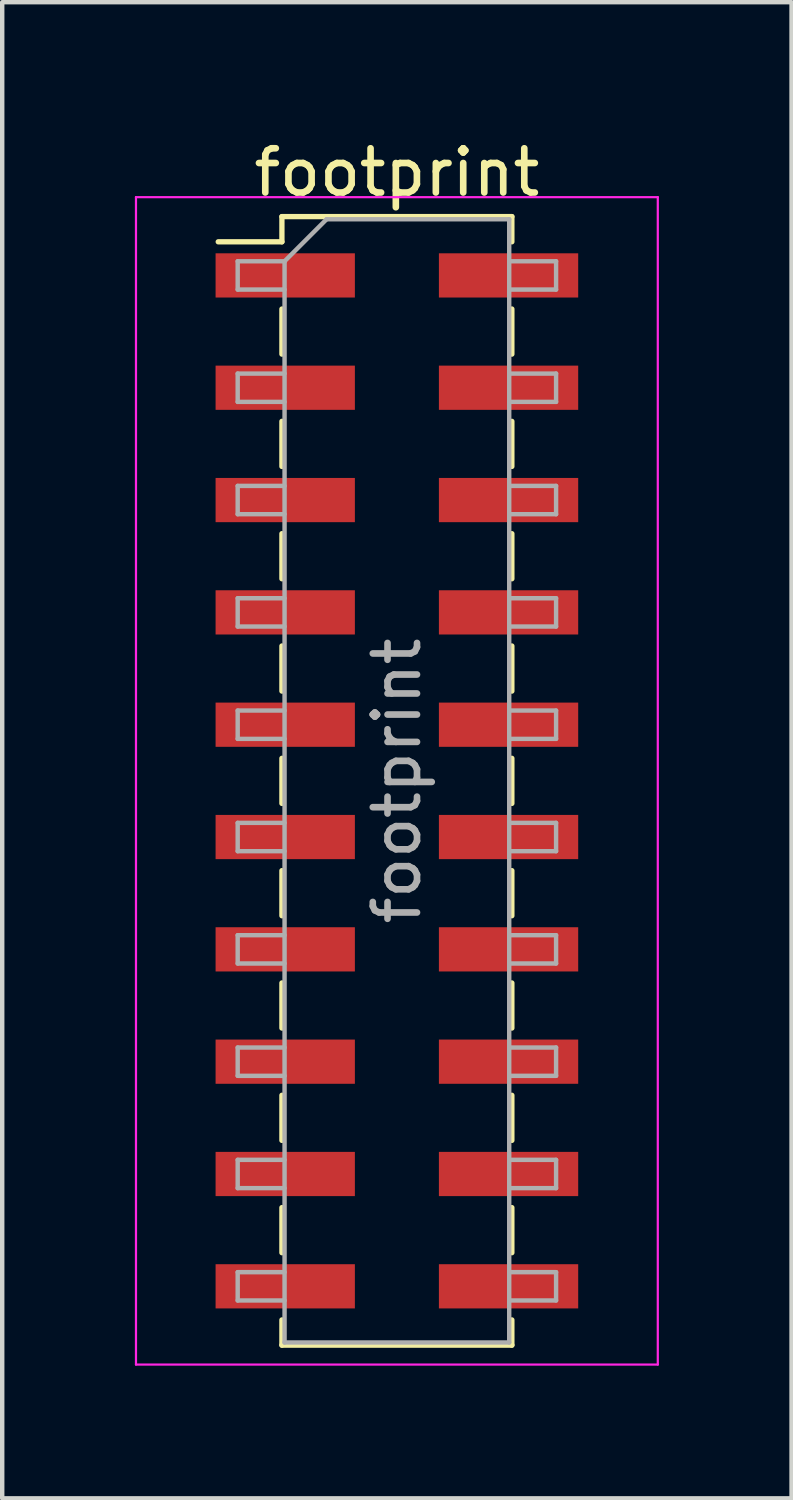
<source format=kicad_pcb>
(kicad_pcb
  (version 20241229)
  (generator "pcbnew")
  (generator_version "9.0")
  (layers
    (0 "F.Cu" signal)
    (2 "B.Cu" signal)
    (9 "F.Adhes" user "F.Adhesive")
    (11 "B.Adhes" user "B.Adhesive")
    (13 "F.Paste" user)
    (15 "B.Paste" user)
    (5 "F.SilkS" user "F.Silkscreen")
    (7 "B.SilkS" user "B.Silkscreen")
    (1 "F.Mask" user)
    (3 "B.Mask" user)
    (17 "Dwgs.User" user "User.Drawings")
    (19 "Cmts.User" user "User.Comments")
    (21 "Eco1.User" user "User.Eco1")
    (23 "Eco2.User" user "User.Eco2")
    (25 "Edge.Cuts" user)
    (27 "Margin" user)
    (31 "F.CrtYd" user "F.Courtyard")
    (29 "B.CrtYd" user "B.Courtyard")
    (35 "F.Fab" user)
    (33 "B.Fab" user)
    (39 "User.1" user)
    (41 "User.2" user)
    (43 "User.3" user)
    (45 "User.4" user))
  (footprint "footprint"
    (layer "F.Cu")
    (at 5.925 14.608)
    (property "Reference" "footprint" (at 0 -13.76 0) (layer "F.SilkS") (effects (font (size 1 1) (thickness 0.15))))
    (attr smd)
    (fp_line (start -4.04 -12.19) (end -2.6 -12.19) (stroke (width 0.12) (type solid)) (layer "F.SilkS"))
    (fp_line (start -2.6 -12.76) (end -2.6 -12.19) (stroke (width 0.12) (type solid)) (layer "F.SilkS"))
    (fp_line (start -2.6 -12.76) (end 2.6 -12.76) (stroke (width 0.12) (type solid)) (layer "F.SilkS"))
    (fp_line (start -2.6 -10.67) (end -2.6 -9.65) (stroke (width 0.12) (type solid)) (layer "F.SilkS"))
    (fp_line (start -2.6 -8.13) (end -2.6 -7.11) (stroke (width 0.12) (type solid)) (layer "F.SilkS"))
    (fp_line (start -2.6 -5.59) (end -2.6 -4.57) (stroke (width 0.12) (type solid)) (layer "F.SilkS"))
    (fp_line (start -2.6 -3.05) (end -2.6 -2.03) (stroke (width 0.12) (type solid)) (layer "F.SilkS"))
    (fp_line (start -2.6 -0.51) (end -2.6 0.51) (stroke (width 0.12) (type solid)) (layer "F.SilkS"))
    (fp_line (start -2.6 2.03) (end -2.6 3.05) (stroke (width 0.12) (type solid)) (layer "F.SilkS"))
    (fp_line (start -2.6 4.57) (end -2.6 5.59) (stroke (width 0.12) (type solid)) (layer "F.SilkS"))
    (fp_line (start -2.6 7.11) (end -2.6 8.13) (stroke (width 0.12) (type solid)) (layer "F.SilkS"))
    (fp_line (start -2.6 9.65) (end -2.6 10.67) (stroke (width 0.12) (type solid)) (layer "F.SilkS"))
    (fp_line (start -2.6 12.19) (end -2.6 12.76) (stroke (width 0.12) (type solid)) (layer "F.SilkS"))
    (fp_line (start -2.6 12.76) (end 2.6 12.76) (stroke (width 0.12) (type solid)) (layer "F.SilkS"))
    (fp_line (start 2.6 -12.76) (end 2.6 -12.19) (stroke (width 0.12) (type solid)) (layer "F.SilkS"))
    (fp_line (start 2.6 -10.67) (end 2.6 -9.65) (stroke (width 0.12) (type solid)) (layer "F.SilkS"))
    (fp_line (start 2.6 -8.13) (end 2.6 -7.11) (stroke (width 0.12) (type solid)) (layer "F.SilkS"))
    (fp_line (start 2.6 -5.59) (end 2.6 -4.57) (stroke (width 0.12) (type solid)) (layer "F.SilkS"))
    (fp_line (start 2.6 -3.05) (end 2.6 -2.03) (stroke (width 0.12) (type solid)) (layer "F.SilkS"))
    (fp_line (start 2.6 -0.51) (end 2.6 0.51) (stroke (width 0.12) (type solid)) (layer "F.SilkS"))
    (fp_line (start 2.6 2.03) (end 2.6 3.05) (stroke (width 0.12) (type solid)) (layer "F.SilkS"))
    (fp_line (start 2.6 4.57) (end 2.6 5.59) (stroke (width 0.12) (type solid)) (layer "F.SilkS"))
    (fp_line (start 2.6 7.11) (end 2.6 8.13) (stroke (width 0.12) (type solid)) (layer "F.SilkS"))
    (fp_line (start 2.6 9.65) (end 2.6 10.67) (stroke (width 0.12) (type solid)) (layer "F.SilkS"))
    (fp_line (start 2.6 12.19) (end 2.6 12.76) (stroke (width 0.12) (type solid)) (layer "F.SilkS"))
    (fp_line (start -5.9 -13.2) (end -5.9 13.2) (stroke (width 0.05) (type solid)) (layer "F.CrtYd"))
    (fp_line (start -5.9 13.2) (end 5.9 13.2) (stroke (width 0.05) (type solid)) (layer "F.CrtYd"))
    (fp_line (start 5.9 -13.2) (end -5.9 -13.2) (stroke (width 0.05) (type solid)) (layer "F.CrtYd"))
    (fp_line (start 5.9 13.2) (end 5.9 -13.2) (stroke (width 0.05) (type solid)) (layer "F.CrtYd"))
    (fp_line (start -3.6 -11.75) (end -3.6 -11.11) (stroke (width 0.1) (type solid)) (layer "F.Fab"))
    (fp_line (start -3.6 -11.11) (end -2.54 -11.11) (stroke (width 0.1) (type solid)) (layer "F.Fab"))
    (fp_line (start -3.6 -9.21) (end -3.6 -8.57) (stroke (width 0.1) (type solid)) (layer "F.Fab"))
    (fp_line (start -3.6 -8.57) (end -2.54 -8.57) (stroke (width 0.1) (type solid)) (layer "F.Fab"))
    (fp_line (start -3.6 -6.67) (end -3.6 -6.03) (stroke (width 0.1) (type solid)) (layer "F.Fab"))
    (fp_line (start -3.6 -6.03) (end -2.54 -6.03) (stroke (width 0.1) (type solid)) (layer "F.Fab"))
    (fp_line (start -3.6 -4.13) (end -3.6 -3.49) (stroke (width 0.1) (type solid)) (layer "F.Fab"))
    (fp_line (start -3.6 -3.49) (end -2.54 -3.49) (stroke (width 0.1) (type solid)) (layer "F.Fab"))
    (fp_line (start -3.6 -1.59) (end -3.6 -0.95) (stroke (width 0.1) (type solid)) (layer "F.Fab"))
    (fp_line (start -3.6 -0.95) (end -2.54 -0.95) (stroke (width 0.1) (type solid)) (layer "F.Fab"))
    (fp_line (start -3.6 0.95) (end -3.6 1.59) (stroke (width 0.1) (type solid)) (layer "F.Fab"))
    (fp_line (start -3.6 1.59) (end -2.54 1.59) (stroke (width 0.1) (type solid)) (layer "F.Fab"))
    (fp_line (start -3.6 3.49) (end -3.6 4.13) (stroke (width 0.1) (type solid)) (layer "F.Fab"))
    (fp_line (start -3.6 4.13) (end -2.54 4.13) (stroke (width 0.1) (type solid)) (layer "F.Fab"))
    (fp_line (start -3.6 6.03) (end -3.6 6.67) (stroke (width 0.1) (type solid)) (layer "F.Fab"))
    (fp_line (start -3.6 6.67) (end -2.54 6.67) (stroke (width 0.1) (type solid)) (layer "F.Fab"))
    (fp_line (start -3.6 8.57) (end -3.6 9.21) (stroke (width 0.1) (type solid)) (layer "F.Fab"))
    (fp_line (start -3.6 9.21) (end -2.54 9.21) (stroke (width 0.1) (type solid)) (layer "F.Fab"))
    (fp_line (start -3.6 11.11) (end -3.6 11.75) (stroke (width 0.1) (type solid)) (layer "F.Fab"))
    (fp_line (start -3.6 11.75) (end -2.54 11.75) (stroke (width 0.1) (type solid)) (layer "F.Fab"))
    (fp_line (start -2.54 -11.75) (end -3.6 -11.75) (stroke (width 0.1) (type solid)) (layer "F.Fab"))
    (fp_line (start -2.54 -11.75) (end -1.59 -12.7) (stroke (width 0.1) (type solid)) (layer "F.Fab"))
    (fp_line (start -2.54 -9.21) (end -3.6 -9.21) (stroke (width 0.1) (type solid)) (layer "F.Fab"))
    (fp_line (start -2.54 -6.67) (end -3.6 -6.67) (stroke (width 0.1) (type solid)) (layer "F.Fab"))
    (fp_line (start -2.54 -4.13) (end -3.6 -4.13) (stroke (width 0.1) (type solid)) (layer "F.Fab"))
    (fp_line (start -2.54 -1.59) (end -3.6 -1.59) (stroke (width 0.1) (type solid)) (layer "F.Fab"))
    (fp_line (start -2.54 0.95) (end -3.6 0.95) (stroke (width 0.1) (type solid)) (layer "F.Fab"))
    (fp_line (start -2.54 3.49) (end -3.6 3.49) (stroke (width 0.1) (type solid)) (layer "F.Fab"))
    (fp_line (start -2.54 6.03) (end -3.6 6.03) (stroke (width 0.1) (type solid)) (layer "F.Fab"))
    (fp_line (start -2.54 8.57) (end -3.6 8.57) (stroke (width 0.1) (type solid)) (layer "F.Fab"))
    (fp_line (start -2.54 11.11) (end -3.6 11.11) (stroke (width 0.1) (type solid)) (layer "F.Fab"))
    (fp_line (start -2.54 12.7) (end -2.54 -11.75) (stroke (width 0.1) (type solid)) (layer "F.Fab"))
    (fp_line (start -1.59 -12.7) (end 2.54 -12.7) (stroke (width 0.1) (type solid)) (layer "F.Fab"))
    (fp_line (start 2.54 -12.7) (end 2.54 12.7) (stroke (width 0.1) (type solid)) (layer "F.Fab"))
    (fp_line (start 2.54 -11.75) (end 3.6 -11.75) (stroke (width 0.1) (type solid)) (layer "F.Fab"))
    (fp_line (start 2.54 -9.21) (end 3.6 -9.21) (stroke (width 0.1) (type solid)) (layer "F.Fab"))
    (fp_line (start 2.54 -6.67) (end 3.6 -6.67) (stroke (width 0.1) (type solid)) (layer "F.Fab"))
    (fp_line (start 2.54 -4.13) (end 3.6 -4.13) (stroke (width 0.1) (type solid)) (layer "F.Fab"))
    (fp_line (start 2.54 -1.59) (end 3.6 -1.59) (stroke (width 0.1) (type solid)) (layer "F.Fab"))
    (fp_line (start 2.54 0.95) (end 3.6 0.95) (stroke (width 0.1) (type solid)) (layer "F.Fab"))
    (fp_line (start 2.54 3.49) (end 3.6 3.49) (stroke (width 0.1) (type solid)) (layer "F.Fab"))
    (fp_line (start 2.54 6.03) (end 3.6 6.03) (stroke (width 0.1) (type solid)) (layer "F.Fab"))
    (fp_line (start 2.54 8.57) (end 3.6 8.57) (stroke (width 0.1) (type solid)) (layer "F.Fab"))
    (fp_line (start 2.54 11.11) (end 3.6 11.11) (stroke (width 0.1) (type solid)) (layer "F.Fab"))
    (fp_line (start 2.54 12.7) (end -2.54 12.7) (stroke (width 0.1) (type solid)) (layer "F.Fab"))
    (fp_line (start 3.6 -11.75) (end 3.6 -11.11) (stroke (width 0.1) (type solid)) (layer "F.Fab"))
    (fp_line (start 3.6 -11.11) (end 2.54 -11.11) (stroke (width 0.1) (type solid)) (layer "F.Fab"))
    (fp_line (start 3.6 -9.21) (end 3.6 -8.57) (stroke (width 0.1) (type solid)) (layer "F.Fab"))
    (fp_line (start 3.6 -8.57) (end 2.54 -8.57) (stroke (width 0.1) (type solid)) (layer "F.Fab"))
    (fp_line (start 3.6 -6.67) (end 3.6 -6.03) (stroke (width 0.1) (type solid)) (layer "F.Fab"))
    (fp_line (start 3.6 -6.03) (end 2.54 -6.03) (stroke (width 0.1) (type solid)) (layer "F.Fab"))
    (fp_line (start 3.6 -4.13) (end 3.6 -3.49) (stroke (width 0.1) (type solid)) (layer "F.Fab"))
    (fp_line (start 3.6 -3.49) (end 2.54 -3.49) (stroke (width 0.1) (type solid)) (layer "F.Fab"))
    (fp_line (start 3.6 -1.59) (end 3.6 -0.95) (stroke (width 0.1) (type solid)) (layer "F.Fab"))
    (fp_line (start 3.6 -0.95) (end 2.54 -0.95) (stroke (width 0.1) (type solid)) (layer "F.Fab"))
    (fp_line (start 3.6 0.95) (end 3.6 1.59) (stroke (width 0.1) (type solid)) (layer "F.Fab"))
    (fp_line (start 3.6 1.59) (end 2.54 1.59) (stroke (width 0.1) (type solid)) (layer "F.Fab"))
    (fp_line (start 3.6 3.49) (end 3.6 4.13) (stroke (width 0.1) (type solid)) (layer "F.Fab"))
    (fp_line (start 3.6 4.13) (end 2.54 4.13) (stroke (width 0.1) (type solid)) (layer "F.Fab"))
    (fp_line (start 3.6 6.03) (end 3.6 6.67) (stroke (width 0.1) (type solid)) (layer "F.Fab"))
    (fp_line (start 3.6 6.67) (end 2.54 6.67) (stroke (width 0.1) (type solid)) (layer "F.Fab"))
    (fp_line (start 3.6 8.57) (end 3.6 9.21) (stroke (width 0.1) (type solid)) (layer "F.Fab"))
    (fp_line (start 3.6 9.21) (end 2.54 9.21) (stroke (width 0.1) (type solid)) (layer "F.Fab"))
    (fp_line (start 3.6 11.11) (end 3.6 11.75) (stroke (width 0.1) (type solid)) (layer "F.Fab"))
    (fp_line (start 3.6 11.75) (end 2.54 11.75) (stroke (width 0.1) (type solid)) (layer "F.Fab"))
    (fp_text user "${REFERENCE}" (at 0 0 90) (layer "F.Fab") (effects (font (size 1 1) (thickness 0.15))))
    (pad "1" smd rect (at -2.525 -11.43) (size 3.15 1) (layers "F.Cu" "F.Mask" "F.Paste"))
    (pad "2" smd rect (at 2.525 -11.43) (size 3.15 1) (layers "F.Cu" "F.Mask" "F.Paste"))
    (pad "3" smd rect (at -2.525 -8.89) (size 3.15 1) (layers "F.Cu" "F.Mask" "F.Paste"))
    (pad "4" smd rect (at 2.525 -8.89) (size 3.15 1) (layers "F.Cu" "F.Mask" "F.Paste"))
    (pad "5" smd rect (at -2.525 -6.35) (size 3.15 1) (layers "F.Cu" "F.Mask" "F.Paste"))
    (pad "6" smd rect (at 2.525 -6.35) (size 3.15 1) (layers "F.Cu" "F.Mask" "F.Paste"))
    (pad "7" smd rect (at -2.525 -3.81) (size 3.15 1) (layers "F.Cu" "F.Mask" "F.Paste"))
    (pad "8" smd rect (at 2.525 -3.81) (size 3.15 1) (layers "F.Cu" "F.Mask" "F.Paste"))
    (pad "9" smd rect (at -2.525 -1.27) (size 3.15 1) (layers "F.Cu" "F.Mask" "F.Paste"))
    (pad "10" smd rect (at 2.525 -1.27) (size 3.15 1) (layers "F.Cu" "F.Mask" "F.Paste"))
    (pad "11" smd rect (at -2.525 1.27) (size 3.15 1) (layers "F.Cu" "F.Mask" "F.Paste"))
    (pad "12" smd rect (at 2.525 1.27) (size 3.15 1) (layers "F.Cu" "F.Mask" "F.Paste"))
    (pad "13" smd rect (at -2.525 3.81) (size 3.15 1) (layers "F.Cu" "F.Mask" "F.Paste"))
    (pad "14" smd rect (at 2.525 3.81) (size 3.15 1) (layers "F.Cu" "F.Mask" "F.Paste"))
    (pad "15" smd rect (at -2.525 6.35) (size 3.15 1) (layers "F.Cu" "F.Mask" "F.Paste"))
    (pad "16" smd rect (at 2.525 6.35) (size 3.15 1) (layers "F.Cu" "F.Mask" "F.Paste"))
    (pad "17" smd rect (at -2.525 8.89) (size 3.15 1) (layers "F.Cu" "F.Mask" "F.Paste"))
    (pad "18" smd rect (at 2.525 8.89) (size 3.15 1) (layers "F.Cu" "F.Mask" "F.Paste"))
    (pad "19" smd rect (at -2.525 11.43) (size 3.15 1) (layers "F.Cu" "F.Mask" "F.Paste"))
    (pad "20" smd rect (at 2.525 11.43) (size 3.15 1) (layers "F.Cu" "F.Mask" "F.Paste")))
  (gr_rect
    (start -3 -3)
    (end 14.85 30.833)
    (stroke (width 0.1) (type default))
    (fill no)
    (layer "Edge.Cuts")))
</source>
